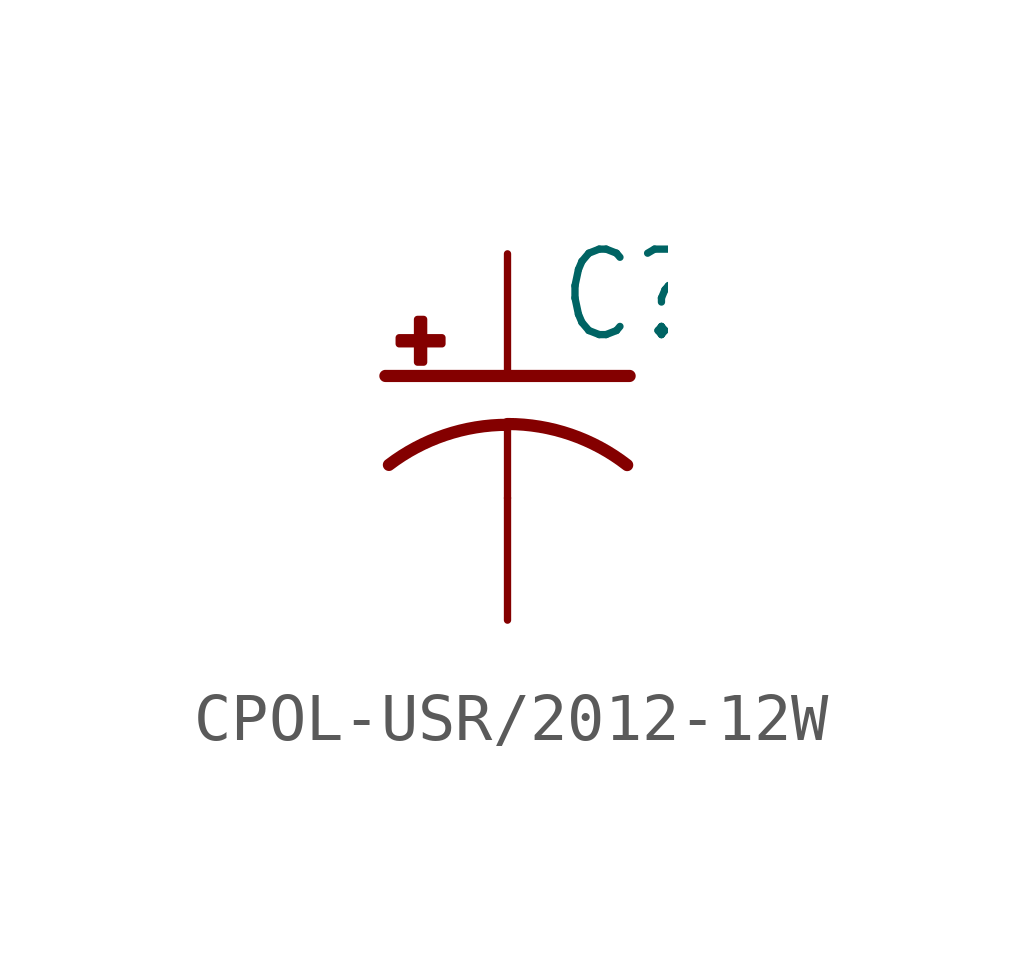
<source format=kicad_sym>
(kicad_symbol_lib
  (version 20231120)
  (generator "kicad_symbol_editor")
  (generator_version "8.0")
  (symbol "CPOL-USR/2012-12W"
    (property "Reference" "C"
      (at 1.016 0.635 0)
      (effects (font (size 1.778 1.511)) (justify left bottom)))
    (property "Value" ""
      (at 1.016 -4.191 0)
      (effects (font (size 1.778 1.511)) (justify left bottom)))
    (property "ki_locked" ""
      (at 0 0 0)
      (effects (font (size 1.27 1.27))))
    (symbol "CPOL-USR/2012-12W_1_0"
      (rectangle (start -2.253 0.668) (end -1.364 0.795) (stroke (width 0) (type default)) (fill (type outline)))
      (rectangle (start -1.872 0.287) (end -1.745 1.176) (stroke (width 0) (type default)) (fill (type outline)))
      (arc (start 0 -1.0161) (mid -1.3021 -1.2303) (end -2.4669 -1.8504) (stroke (width 0.254) (type solid)) (fill (type none)))
      (polyline (pts (xy -2.54 0) (xy 2.54 0)) (stroke (width 0.254) (type solid)) (fill (type none)))
      (polyline (pts (xy 0 -1.016) (xy 0 -2.54)) (stroke (width 0.152) (type solid)) (fill (type none)))
      (arc (start 2.4892 -1.8541) (mid 1.3158 -1.2194) (end 0 -1) (stroke (width 0.254) (type solid)) (fill (type none)))
      (pin passive line (at 0 2.54 270) (length 2.54) (name "+" (effects (font (size 0 0)))) (number "+" (effects (font (size 0 0)))))
      (pin passive line (at 0 -5.08 90) (length 2.54) (name "-" (effects (font (size 0 0)))) (number "-" (effects (font (size 0 0))))))))
</source>
